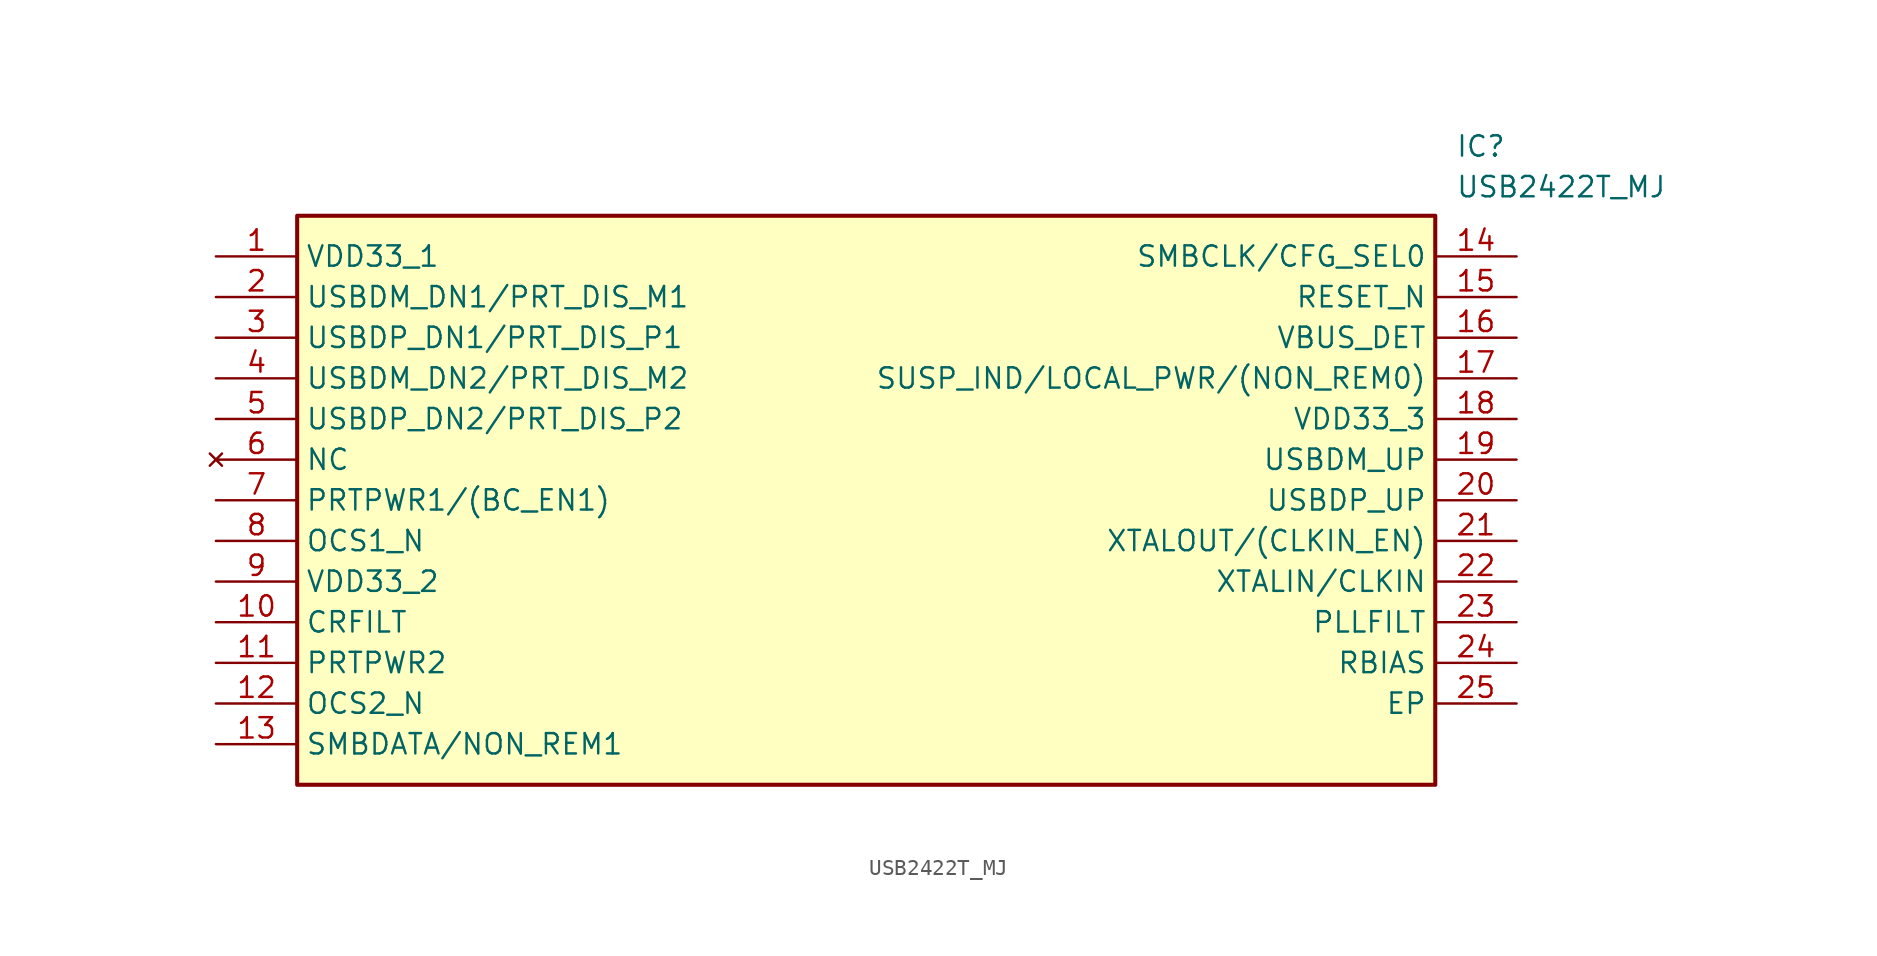
<source format=kicad_sym>
(kicad_symbol_lib
  (version 20241209)
  (generator "kicad_symbol_editor")
  (generator_version "9.0")
  (symbol "USB2422T_MJ"
    (property "Reference" "IC"
      (at 77.47 7.62 0)
      (effects (font (size 1.27 1.27)) (justify left top)))
    (property "Value" "USB2422T_MJ"
      (at 77.47 5.08 0)
      (effects (font (size 1.27 1.27)) (justify left top)))
    (symbol "USB2422T_MJ_1_1"
      (rectangle (start 5.08 2.54) (end 76.2 -33.02) (stroke (width 0.254) (type default)) (fill (type background)))
      (pin passive line (at 0 0 0) (length 5.08) (name "VDD33_1" (effects (font (size 1.27 1.27)))) (number "1" (effects (font (size 1.27 1.27)))))
      (pin passive line (at 0 -2.54 0) (length 5.08) (name "USBDM_DN1/PRT_DIS_M1" (effects (font (size 1.27 1.27)))) (number "2" (effects (font (size 1.27 1.27)))))
      (pin passive line (at 0 -5.08 0) (length 5.08) (name "USBDP_DN1/PRT_DIS_P1" (effects (font (size 1.27 1.27)))) (number "3" (effects (font (size 1.27 1.27)))))
      (pin passive line (at 0 -7.62 0) (length 5.08) (name "USBDM_DN2/PRT_DIS_M2" (effects (font (size 1.27 1.27)))) (number "4" (effects (font (size 1.27 1.27)))))
      (pin passive line (at 0 -10.16 0) (length 5.08) (name "USBDP_DN2/PRT_DIS_P2" (effects (font (size 1.27 1.27)))) (number "5" (effects (font (size 1.27 1.27)))))
      (pin no_connect line (at 0 -12.7 0) (length 5.08) (name "NC" (effects (font (size 1.27 1.27)))) (number "6" (effects (font (size 1.27 1.27)))))
      (pin passive line (at 0 -15.24 0) (length 5.08) (name "PRTPWR1/(BC_EN1)" (effects (font (size 1.27 1.27)))) (number "7" (effects (font (size 1.27 1.27)))))
      (pin passive line (at 0 -17.78 0) (length 5.08) (name "OCS1_N" (effects (font (size 1.27 1.27)))) (number "8" (effects (font (size 1.27 1.27)))))
      (pin passive line (at 0 -20.32 0) (length 5.08) (name "VDD33_2" (effects (font (size 1.27 1.27)))) (number "9" (effects (font (size 1.27 1.27)))))
      (pin passive line (at 0 -22.86 0) (length 5.08) (name "CRFILT" (effects (font (size 1.27 1.27)))) (number "10" (effects (font (size 1.27 1.27)))))
      (pin passive line (at 0 -25.4 0) (length 5.08) (name "PRTPWR2" (effects (font (size 1.27 1.27)))) (number "11" (effects (font (size 1.27 1.27)))))
      (pin passive line (at 0 -27.94 0) (length 5.08) (name "OCS2_N" (effects (font (size 1.27 1.27)))) (number "12" (effects (font (size 1.27 1.27)))))
      (pin passive line (at 0 -30.48 0) (length 5.08) (name "SMBDATA/NON_REM1" (effects (font (size 1.27 1.27)))) (number "13" (effects (font (size 1.27 1.27)))))
      (pin passive line (at 81.28 0 180) (length 5.08) (name "SMBCLK/CFG_SEL0" (effects (font (size 1.27 1.27)))) (number "14" (effects (font (size 1.27 1.27)))))
      (pin passive line (at 81.28 -2.54 180) (length 5.08) (name "RESET_N" (effects (font (size 1.27 1.27)))) (number "15" (effects (font (size 1.27 1.27)))))
      (pin passive line (at 81.28 -5.08 180) (length 5.08) (name "VBUS_DET" (effects (font (size 1.27 1.27)))) (number "16" (effects (font (size 1.27 1.27)))))
      (pin passive line (at 81.28 -7.62 180) (length 5.08) (name "SUSP_IND/LOCAL_PWR/(NON_REM0)" (effects (font (size 1.27 1.27)))) (number "17" (effects (font (size 1.27 1.27)))))
      (pin passive line (at 81.28 -10.16 180) (length 5.08) (name "VDD33_3" (effects (font (size 1.27 1.27)))) (number "18" (effects (font (size 1.27 1.27)))))
      (pin passive line (at 81.28 -12.7 180) (length 5.08) (name "USBDM_UP" (effects (font (size 1.27 1.27)))) (number "19" (effects (font (size 1.27 1.27)))))
      (pin passive line (at 81.28 -15.24 180) (length 5.08) (name "USBDP_UP" (effects (font (size 1.27 1.27)))) (number "20" (effects (font (size 1.27 1.27)))))
      (pin passive line (at 81.28 -17.78 180) (length 5.08) (name "XTALOUT/(CLKIN_EN)" (effects (font (size 1.27 1.27)))) (number "21" (effects (font (size 1.27 1.27)))))
      (pin passive line (at 81.28 -20.32 180) (length 5.08) (name "XTALIN/CLKIN" (effects (font (size 1.27 1.27)))) (number "22" (effects (font (size 1.27 1.27)))))
      (pin passive line (at 81.28 -22.86 180) (length 5.08) (name "PLLFILT" (effects (font (size 1.27 1.27)))) (number "23" (effects (font (size 1.27 1.27)))))
      (pin passive line (at 81.28 -25.4 180) (length 5.08) (name "RBIAS" (effects (font (size 1.27 1.27)))) (number "24" (effects (font (size 1.27 1.27)))))
      (pin passive line (at 81.28 -27.94 180) (length 5.08) (name "EP" (effects (font (size 1.27 1.27)))) (number "25" (effects (font (size 1.27 1.27))))))))
</source>
